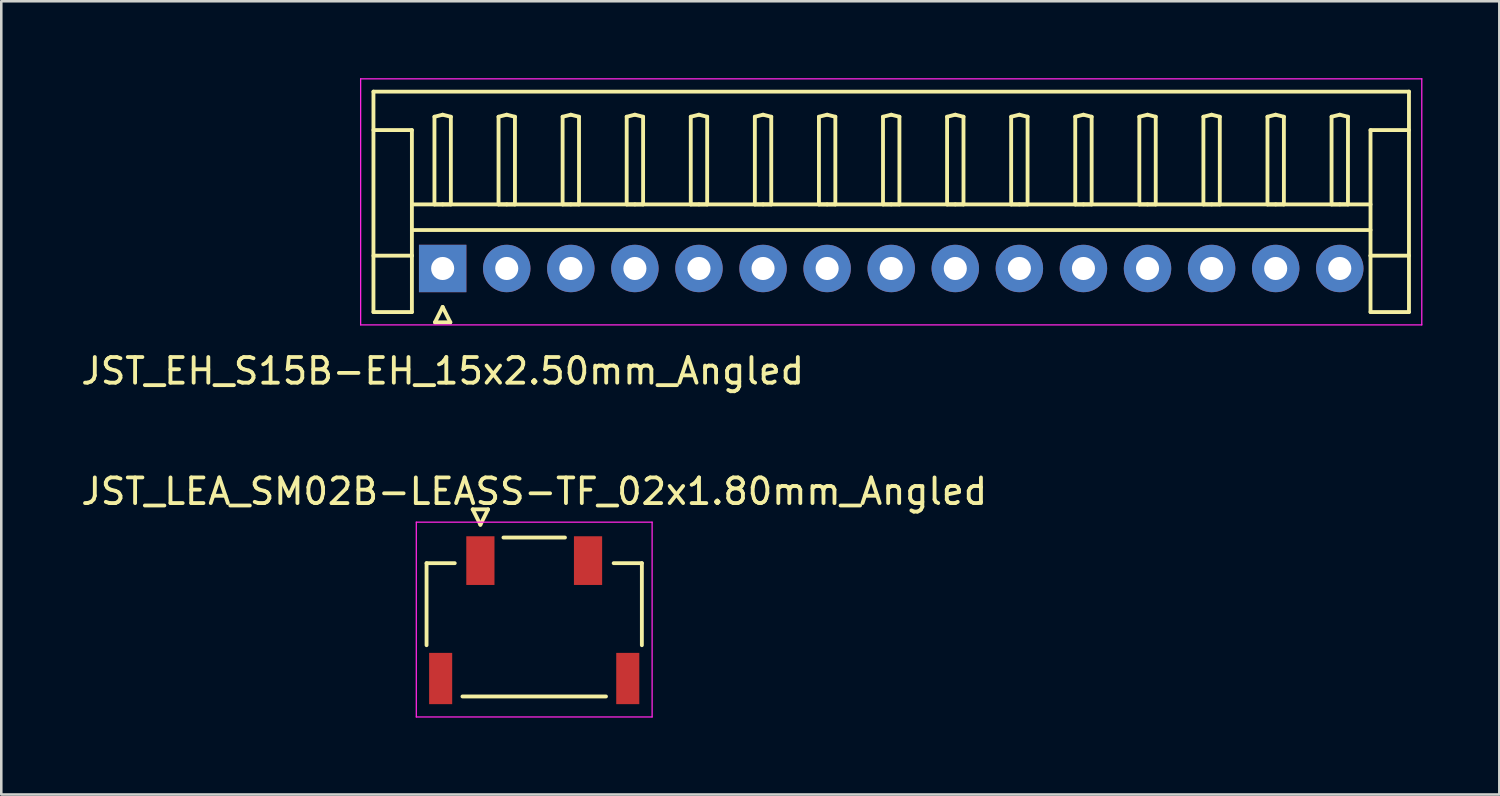
<source format=kicad_pcb>
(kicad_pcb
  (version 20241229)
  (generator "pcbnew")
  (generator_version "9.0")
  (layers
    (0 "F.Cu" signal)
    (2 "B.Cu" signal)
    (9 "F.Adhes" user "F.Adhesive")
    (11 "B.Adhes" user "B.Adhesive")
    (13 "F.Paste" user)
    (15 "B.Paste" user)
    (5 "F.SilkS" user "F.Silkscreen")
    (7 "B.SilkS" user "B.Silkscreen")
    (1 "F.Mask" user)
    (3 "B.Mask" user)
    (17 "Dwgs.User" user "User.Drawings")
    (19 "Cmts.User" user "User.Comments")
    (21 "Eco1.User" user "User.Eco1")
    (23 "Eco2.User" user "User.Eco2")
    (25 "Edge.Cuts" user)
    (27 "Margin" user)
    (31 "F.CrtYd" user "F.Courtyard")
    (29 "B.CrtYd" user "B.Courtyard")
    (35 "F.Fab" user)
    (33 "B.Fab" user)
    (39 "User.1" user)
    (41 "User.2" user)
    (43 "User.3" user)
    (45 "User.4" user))
  (footprint "JST_EH_S15B-EH_15x2.50mm_Angled"
    (layer "F.Cu")
    (at 14.22 7.425)
    (property "Reference" "JST_EH_S15B-EH_15x2.50mm_Angled" (at 0 4 0) (layer "F.SilkS") (effects (font (size 1 1) (thickness 0.15))))
    (attr through_hole)
    (fp_line (start -2.7 -6.9) (end 37.7 -6.9) (stroke (width 0.15) (type solid)) (layer "F.SilkS"))
    (fp_line (start -2.7 -5.4) (end -1.2 -5.4) (stroke (width 0.15) (type solid)) (layer "F.SilkS"))
    (fp_line (start -2.7 1.7) (end -2.7 -6.9) (stroke (width 0.15) (type solid)) (layer "F.SilkS"))
    (fp_line (start -1.2 -5.4) (end -1.2 -0.5) (stroke (width 0.15) (type solid)) (layer "F.SilkS"))
    (fp_line (start -1.2 -2.5) (end 36.2 -2.5) (stroke (width 0.15) (type solid)) (layer "F.SilkS"))
    (fp_line (start -1.2 -1.5) (end 36.2 -1.5) (stroke (width 0.15) (type solid)) (layer "F.SilkS"))
    (fp_line (start -1.2 -0.5) (end -2.7 -0.5) (stroke (width 0.15) (type solid)) (layer "F.SilkS"))
    (fp_line (start -1.2 -0.5) (end -1.2 1.7) (stroke (width 0.15) (type solid)) (layer "F.SilkS"))
    (fp_line (start -1.2 1.7) (end -2.7 1.7) (stroke (width 0.15) (type solid)) (layer "F.SilkS"))
    (fp_line (start -0.32 -5.92) (end 0 -6) (stroke (width 0.15) (type solid)) (layer "F.SilkS"))
    (fp_line (start -0.32 -2.5) (end -0.32 -5.92) (stroke (width 0.15) (type solid)) (layer "F.SilkS"))
    (fp_line (start -0.3 2.1) (end 0.3 2.1) (stroke (width 0.15) (type solid)) (layer "F.SilkS"))
    (fp_line (start 0 -6) (end 0.32 -5.92) (stroke (width 0.15) (type solid)) (layer "F.SilkS"))
    (fp_line (start 0 -2.5) (end -0.32 -2.5) (stroke (width 0.15) (type solid)) (layer "F.SilkS"))
    (fp_line (start 0 1.5) (end -0.3 2.1) (stroke (width 0.15) (type solid)) (layer "F.SilkS"))
    (fp_line (start 0.3 2.1) (end 0 1.5) (stroke (width 0.15) (type solid)) (layer "F.SilkS"))
    (fp_line (start 0.32 -5.92) (end 0.32 -2.5) (stroke (width 0.15) (type solid)) (layer "F.SilkS"))
    (fp_line (start 0.32 -2.5) (end 0 -2.5) (stroke (width 0.15) (type solid)) (layer "F.SilkS"))
    (fp_line (start 2.18 -5.92) (end 2.5 -6) (stroke (width 0.15) (type solid)) (layer "F.SilkS"))
    (fp_line (start 2.18 -2.5) (end 2.18 -5.92) (stroke (width 0.15) (type solid)) (layer "F.SilkS"))
    (fp_line (start 2.5 -6) (end 2.82 -5.92) (stroke (width 0.15) (type solid)) (layer "F.SilkS"))
    (fp_line (start 2.5 -2.5) (end 2.18 -2.5) (stroke (width 0.15) (type solid)) (layer "F.SilkS"))
    (fp_line (start 2.82 -5.92) (end 2.82 -2.5) (stroke (width 0.15) (type solid)) (layer "F.SilkS"))
    (fp_line (start 2.82 -2.5) (end 2.5 -2.5) (stroke (width 0.15) (type solid)) (layer "F.SilkS"))
    (fp_line (start 4.68 -5.92) (end 5 -6) (stroke (width 0.15) (type solid)) (layer "F.SilkS"))
    (fp_line (start 4.68 -2.5) (end 4.68 -5.92) (stroke (width 0.15) (type solid)) (layer "F.SilkS"))
    (fp_line (start 5 -6) (end 5.32 -5.92) (stroke (width 0.15) (type solid)) (layer "F.SilkS"))
    (fp_line (start 5 -2.5) (end 4.68 -2.5) (stroke (width 0.15) (type solid)) (layer "F.SilkS"))
    (fp_line (start 5.32 -5.92) (end 5.32 -2.5) (stroke (width 0.15) (type solid)) (layer "F.SilkS"))
    (fp_line (start 5.32 -2.5) (end 5 -2.5) (stroke (width 0.15) (type solid)) (layer "F.SilkS"))
    (fp_line (start 7.18 -5.92) (end 7.5 -6) (stroke (width 0.15) (type solid)) (layer "F.SilkS"))
    (fp_line (start 7.18 -2.5) (end 7.18 -5.92) (stroke (width 0.15) (type solid)) (layer "F.SilkS"))
    (fp_line (start 7.5 -6) (end 7.82 -5.92) (stroke (width 0.15) (type solid)) (layer "F.SilkS"))
    (fp_line (start 7.5 -2.5) (end 7.18 -2.5) (stroke (width 0.15) (type solid)) (layer "F.SilkS"))
    (fp_line (start 7.82 -5.92) (end 7.82 -2.5) (stroke (width 0.15) (type solid)) (layer "F.SilkS"))
    (fp_line (start 7.82 -2.5) (end 7.5 -2.5) (stroke (width 0.15) (type solid)) (layer "F.SilkS"))
    (fp_line (start 9.68 -5.92) (end 10 -6) (stroke (width 0.15) (type solid)) (layer "F.SilkS"))
    (fp_line (start 9.68 -2.5) (end 9.68 -5.92) (stroke (width 0.15) (type solid)) (layer "F.SilkS"))
    (fp_line (start 10 -6) (end 10.32 -5.92) (stroke (width 0.15) (type solid)) (layer "F.SilkS"))
    (fp_line (start 10 -2.5) (end 9.68 -2.5) (stroke (width 0.15) (type solid)) (layer "F.SilkS"))
    (fp_line (start 10.32 -5.92) (end 10.32 -2.5) (stroke (width 0.15) (type solid)) (layer "F.SilkS"))
    (fp_line (start 10.32 -2.5) (end 10 -2.5) (stroke (width 0.15) (type solid)) (layer "F.SilkS"))
    (fp_line (start 12.18 -5.92) (end 12.5 -6) (stroke (width 0.15) (type solid)) (layer "F.SilkS"))
    (fp_line (start 12.18 -2.5) (end 12.18 -5.92) (stroke (width 0.15) (type solid)) (layer "F.SilkS"))
    (fp_line (start 12.5 -6) (end 12.82 -5.92) (stroke (width 0.15) (type solid)) (layer "F.SilkS"))
    (fp_line (start 12.5 -2.5) (end 12.18 -2.5) (stroke (width 0.15) (type solid)) (layer "F.SilkS"))
    (fp_line (start 12.82 -5.92) (end 12.82 -2.5) (stroke (width 0.15) (type solid)) (layer "F.SilkS"))
    (fp_line (start 12.82 -2.5) (end 12.5 -2.5) (stroke (width 0.15) (type solid)) (layer "F.SilkS"))
    (fp_line (start 14.68 -5.92) (end 15 -6) (stroke (width 0.15) (type solid)) (layer "F.SilkS"))
    (fp_line (start 14.68 -2.5) (end 14.68 -5.92) (stroke (width 0.15) (type solid)) (layer "F.SilkS"))
    (fp_line (start 15 -6) (end 15.32 -5.92) (stroke (width 0.15) (type solid)) (layer "F.SilkS"))
    (fp_line (start 15 -2.5) (end 14.68 -2.5) (stroke (width 0.15) (type solid)) (layer "F.SilkS"))
    (fp_line (start 15.32 -5.92) (end 15.32 -2.5) (stroke (width 0.15) (type solid)) (layer "F.SilkS"))
    (fp_line (start 15.32 -2.5) (end 15 -2.5) (stroke (width 0.15) (type solid)) (layer "F.SilkS"))
    (fp_line (start 17.18 -5.92) (end 17.5 -6) (stroke (width 0.15) (type solid)) (layer "F.SilkS"))
    (fp_line (start 17.18 -2.5) (end 17.18 -5.92) (stroke (width 0.15) (type solid)) (layer "F.SilkS"))
    (fp_line (start 17.5 -6) (end 17.82 -5.92) (stroke (width 0.15) (type solid)) (layer "F.SilkS"))
    (fp_line (start 17.5 -2.5) (end 17.18 -2.5) (stroke (width 0.15) (type solid)) (layer "F.SilkS"))
    (fp_line (start 17.82 -5.92) (end 17.82 -2.5) (stroke (width 0.15) (type solid)) (layer "F.SilkS"))
    (fp_line (start 17.82 -2.5) (end 17.5 -2.5) (stroke (width 0.15) (type solid)) (layer "F.SilkS"))
    (fp_line (start 19.68 -5.92) (end 20 -6) (stroke (width 0.15) (type solid)) (layer "F.SilkS"))
    (fp_line (start 19.68 -2.5) (end 19.68 -5.92) (stroke (width 0.15) (type solid)) (layer "F.SilkS"))
    (fp_line (start 20 -6) (end 20.32 -5.92) (stroke (width 0.15) (type solid)) (layer "F.SilkS"))
    (fp_line (start 20 -2.5) (end 19.68 -2.5) (stroke (width 0.15) (type solid)) (layer "F.SilkS"))
    (fp_line (start 20.32 -5.92) (end 20.32 -2.5) (stroke (width 0.15) (type solid)) (layer "F.SilkS"))
    (fp_line (start 20.32 -2.5) (end 20 -2.5) (stroke (width 0.15) (type solid)) (layer "F.SilkS"))
    (fp_line (start 22.18 -5.92) (end 22.5 -6) (stroke (width 0.15) (type solid)) (layer "F.SilkS"))
    (fp_line (start 22.18 -2.5) (end 22.18 -5.92) (stroke (width 0.15) (type solid)) (layer "F.SilkS"))
    (fp_line (start 22.5 -6) (end 22.82 -5.92) (stroke (width 0.15) (type solid)) (layer "F.SilkS"))
    (fp_line (start 22.5 -2.5) (end 22.18 -2.5) (stroke (width 0.15) (type solid)) (layer "F.SilkS"))
    (fp_line (start 22.82 -5.92) (end 22.82 -2.5) (stroke (width 0.15) (type solid)) (layer "F.SilkS"))
    (fp_line (start 22.82 -2.5) (end 22.5 -2.5) (stroke (width 0.15) (type solid)) (layer "F.SilkS"))
    (fp_line (start 24.68 -5.92) (end 25 -6) (stroke (width 0.15) (type solid)) (layer "F.SilkS"))
    (fp_line (start 24.68 -2.5) (end 24.68 -5.92) (stroke (width 0.15) (type solid)) (layer "F.SilkS"))
    (fp_line (start 25 -6) (end 25.32 -5.92) (stroke (width 0.15) (type solid)) (layer "F.SilkS"))
    (fp_line (start 25 -2.5) (end 24.68 -2.5) (stroke (width 0.15) (type solid)) (layer "F.SilkS"))
    (fp_line (start 25.32 -5.92) (end 25.32 -2.5) (stroke (width 0.15) (type solid)) (layer "F.SilkS"))
    (fp_line (start 25.32 -2.5) (end 25 -2.5) (stroke (width 0.15) (type solid)) (layer "F.SilkS"))
    (fp_line (start 27.18 -5.92) (end 27.5 -6) (stroke (width 0.15) (type solid)) (layer "F.SilkS"))
    (fp_line (start 27.18 -2.5) (end 27.18 -5.92) (stroke (width 0.15) (type solid)) (layer "F.SilkS"))
    (fp_line (start 27.5 -6) (end 27.82 -5.92) (stroke (width 0.15) (type solid)) (layer "F.SilkS"))
    (fp_line (start 27.5 -2.5) (end 27.18 -2.5) (stroke (width 0.15) (type solid)) (layer "F.SilkS"))
    (fp_line (start 27.82 -5.92) (end 27.82 -2.5) (stroke (width 0.15) (type solid)) (layer "F.SilkS"))
    (fp_line (start 27.82 -2.5) (end 27.5 -2.5) (stroke (width 0.15) (type solid)) (layer "F.SilkS"))
    (fp_line (start 29.68 -5.92) (end 30 -6) (stroke (width 0.15) (type solid)) (layer "F.SilkS"))
    (fp_line (start 29.68 -2.5) (end 29.68 -5.92) (stroke (width 0.15) (type solid)) (layer "F.SilkS"))
    (fp_line (start 30 -6) (end 30.32 -5.92) (stroke (width 0.15) (type solid)) (layer "F.SilkS"))
    (fp_line (start 30 -2.5) (end 29.68 -2.5) (stroke (width 0.15) (type solid)) (layer "F.SilkS"))
    (fp_line (start 30.32 -5.92) (end 30.32 -2.5) (stroke (width 0.15) (type solid)) (layer "F.SilkS"))
    (fp_line (start 30.32 -2.5) (end 30 -2.5) (stroke (width 0.15) (type solid)) (layer "F.SilkS"))
    (fp_line (start 32.18 -5.92) (end 32.5 -6) (stroke (width 0.15) (type solid)) (layer "F.SilkS"))
    (fp_line (start 32.18 -2.5) (end 32.18 -5.92) (stroke (width 0.15) (type solid)) (layer "F.SilkS"))
    (fp_line (start 32.5 -6) (end 32.82 -5.92) (stroke (width 0.15) (type solid)) (layer "F.SilkS"))
    (fp_line (start 32.5 -2.5) (end 32.18 -2.5) (stroke (width 0.15) (type solid)) (layer "F.SilkS"))
    (fp_line (start 32.82 -5.92) (end 32.82 -2.5) (stroke (width 0.15) (type solid)) (layer "F.SilkS"))
    (fp_line (start 32.82 -2.5) (end 32.5 -2.5) (stroke (width 0.15) (type solid)) (layer "F.SilkS"))
    (fp_line (start 34.68 -5.92) (end 35 -6) (stroke (width 0.15) (type solid)) (layer "F.SilkS"))
    (fp_line (start 34.68 -2.5) (end 34.68 -5.92) (stroke (width 0.15) (type solid)) (layer "F.SilkS"))
    (fp_line (start 35 -6) (end 35.32 -5.92) (stroke (width 0.15) (type solid)) (layer "F.SilkS"))
    (fp_line (start 35 -2.5) (end 34.68 -2.5) (stroke (width 0.15) (type solid)) (layer "F.SilkS"))
    (fp_line (start 35.32 -5.92) (end 35.32 -2.5) (stroke (width 0.15) (type solid)) (layer "F.SilkS"))
    (fp_line (start 35.32 -2.5) (end 35 -2.5) (stroke (width 0.15) (type solid)) (layer "F.SilkS"))
    (fp_line (start 36.2 -5.4) (end 36.2 -0.5) (stroke (width 0.15) (type solid)) (layer "F.SilkS"))
    (fp_line (start 36.2 -0.5) (end 37.7 -0.5) (stroke (width 0.15) (type solid)) (layer "F.SilkS"))
    (fp_line (start 36.2 1.7) (end 36.2 -0.5) (stroke (width 0.15) (type solid)) (layer "F.SilkS"))
    (fp_line (start 37.7 -6.9) (end 37.7 1.7) (stroke (width 0.15) (type solid)) (layer "F.SilkS"))
    (fp_line (start 37.7 -5.4) (end 36.2 -5.4) (stroke (width 0.15) (type solid)) (layer "F.SilkS"))
    (fp_line (start 37.7 1.7) (end 36.2 1.7) (stroke (width 0.15) (type solid)) (layer "F.SilkS"))
    (fp_line (start -3.2 -7.4) (end -3.2 2.2) (stroke (width 0.05) (type solid)) (layer "F.CrtYd"))
    (fp_line (start -3.2 2.2) (end 38.2 2.2) (stroke (width 0.05) (type solid)) (layer "F.CrtYd"))
    (fp_line (start 38.2 -7.4) (end -3.2 -7.4) (stroke (width 0.05) (type solid)) (layer "F.CrtYd"))
    (fp_line (start 38.2 2.2) (end 38.2 -7.4) (stroke (width 0.05) (type solid)) (layer "F.CrtYd"))
    (pad "1" thru_hole rect (at 0 0) (size 1.85 1.85) (drill 0.9) (layers "*.Cu" "*.Mask"))
    (pad "2" thru_hole circle (at 2.5 0) (size 1.85 1.85) (drill 0.9) (layers "*.Cu" "*.Mask"))
    (pad "3" thru_hole circle (at 5 0) (size 1.85 1.85) (drill 0.9) (layers "*.Cu" "*.Mask"))
    (pad "4" thru_hole circle (at 7.5 0) (size 1.85 1.85) (drill 0.9) (layers "*.Cu" "*.Mask"))
    (pad "5" thru_hole circle (at 10 0) (size 1.85 1.85) (drill 0.9) (layers "*.Cu" "*.Mask"))
    (pad "6" thru_hole circle (at 12.5 0) (size 1.85 1.85) (drill 0.9) (layers "*.Cu" "*.Mask"))
    (pad "7" thru_hole circle (at 15 0) (size 1.85 1.85) (drill 0.9) (layers "*.Cu" "*.Mask"))
    (pad "8" thru_hole circle (at 17.5 0) (size 1.85 1.85) (drill 0.9) (layers "*.Cu" "*.Mask"))
    (pad "9" thru_hole circle (at 20 0) (size 1.85 1.85) (drill 0.9) (layers "*.Cu" "*.Mask"))
    (pad "10" thru_hole circle (at 22.5 0) (size 1.85 1.85) (drill 0.9) (layers "*.Cu" "*.Mask"))
    (pad "11" thru_hole circle (at 25 0) (size 1.85 1.85) (drill 0.9) (layers "*.Cu" "*.Mask"))
    (pad "12" thru_hole circle (at 27.5 0) (size 1.85 1.85) (drill 0.9) (layers "*.Cu" "*.Mask"))
    (pad "13" thru_hole circle (at 30 0) (size 1.85 1.85) (drill 0.9) (layers "*.Cu" "*.Mask"))
    (pad "14" thru_hole circle (at 32.5 0) (size 1.85 1.85) (drill 0.9) (layers "*.Cu" "*.Mask"))
    (pad "15" thru_hole circle (at 35 0) (size 1.85 1.85) (drill 0.9) (layers "*.Cu" "*.Mask")))
  (footprint "JST_LEA_SM02B-LEASS-TF_02x1.80mm_Angled"
    (layer "F.Cu")
    (at 17.792 21.122)
    (property "Reference" "JST_LEA_SM02B-LEASS-TF_02x1.80mm_Angled" (at 0 -5 0) (layer "F.SilkS") (effects (font (size 1 1) (thickness 0.15))))
    (attr smd)
    (fp_line (start -4.2 -2.2) (end -3.1 -2.2) (stroke (width 0.15) (type solid)) (layer "F.SilkS"))
    (fp_line (start -4.2 1) (end -4.2 -2.2) (stroke (width 0.15) (type solid)) (layer "F.SilkS"))
    (fp_line (start -2.4 -4.3) (end -2.1 -3.7) (stroke (width 0.15) (type solid)) (layer "F.SilkS"))
    (fp_line (start -2.1 -3.7) (end -1.8 -4.3) (stroke (width 0.15) (type solid)) (layer "F.SilkS"))
    (fp_line (start -1.8 -4.3) (end -2.4 -4.3) (stroke (width 0.15) (type solid)) (layer "F.SilkS"))
    (fp_line (start 1.2 -3.2) (end -1.2 -3.2) (stroke (width 0.15) (type solid)) (layer "F.SilkS"))
    (fp_line (start 2.8 3) (end -2.8 3) (stroke (width 0.15) (type solid)) (layer "F.SilkS"))
    (fp_line (start 4.2 -2.2) (end 3.1 -2.2) (stroke (width 0.15) (type solid)) (layer "F.SilkS"))
    (fp_line (start 4.2 1) (end 4.2 -2.2) (stroke (width 0.15) (type solid)) (layer "F.SilkS"))
    (fp_line (start -4.6 -3.8) (end 4.6 -3.8) (stroke (width 0.05) (type solid)) (layer "F.CrtYd"))
    (fp_line (start -4.6 3.8) (end -4.6 -3.8) (stroke (width 0.05) (type solid)) (layer "F.CrtYd"))
    (fp_line (start 4.6 -3.8) (end 4.6 3.8) (stroke (width 0.05) (type solid)) (layer "F.CrtYd"))
    (fp_line (start 4.6 3.8) (end -4.6 3.8) (stroke (width 0.05) (type solid)) (layer "F.CrtYd"))
    (pad "" smd rect (at -3.65 2.3) (size 0.9 2) (layers "F.Cu" "F.Mask" "F.Paste"))
    (pad "" smd rect (at 3.65 2.3) (size 0.9 2) (layers "F.Cu" "F.Mask" "F.Paste"))
    (pad "1" smd rect (at -2.1 -2.3) (size 1.1 1.9) (layers "F.Cu" "F.Mask" "F.Paste"))
    (pad "2" smd rect (at 2.1 -2.3) (size 1.1 1.9) (layers "F.Cu" "F.Mask" "F.Paste")))
  (gr_rect
    (start -3 -3)
    (end 55.445 27.947)
    (stroke (width 0.1) (type default))
    (fill no)
    (layer "Edge.Cuts")))
</source>
